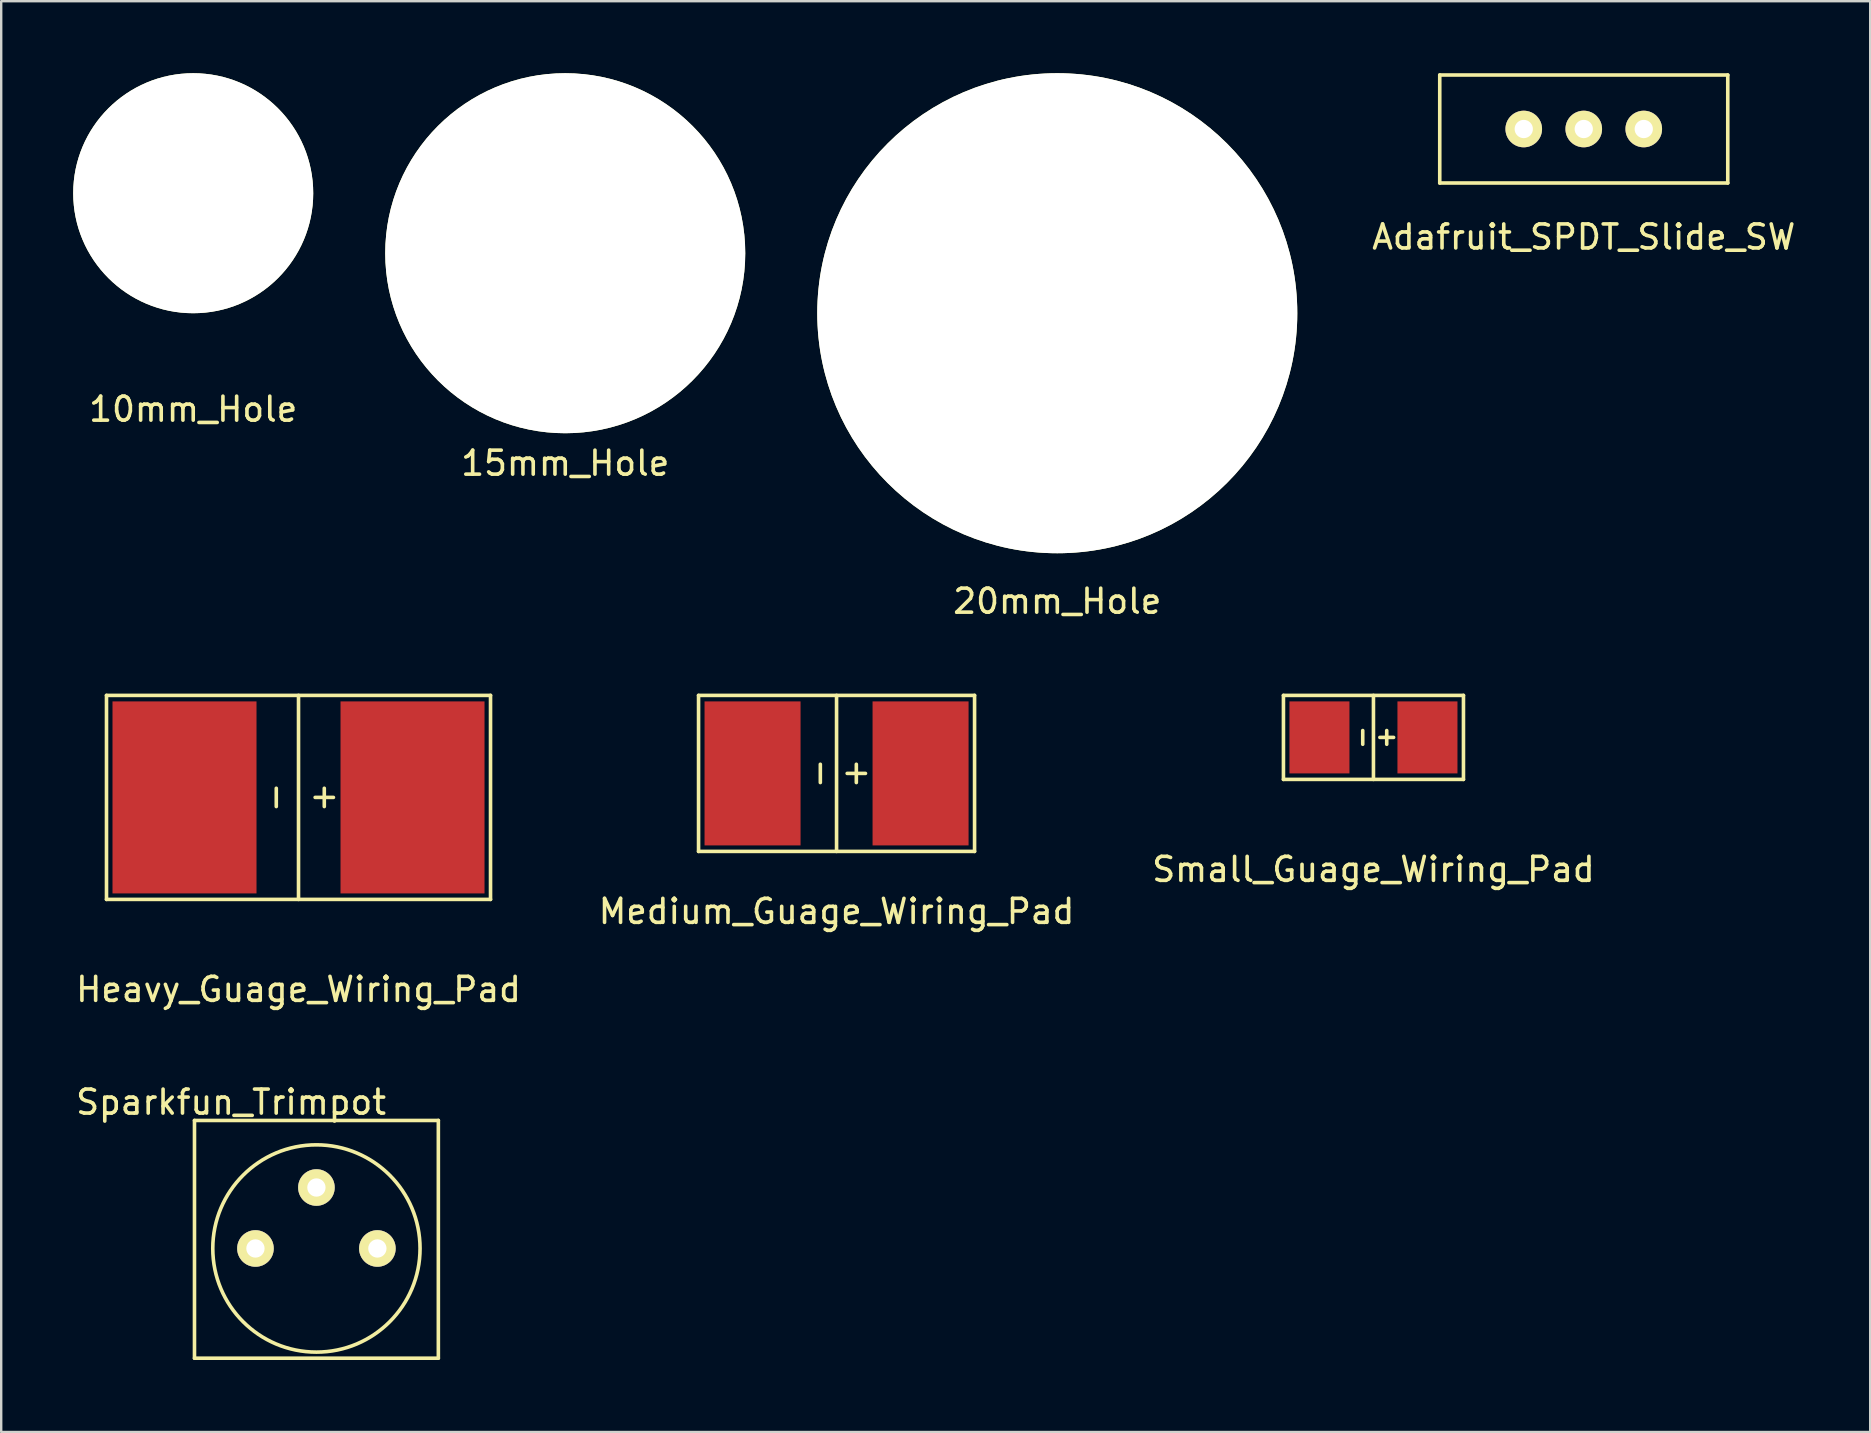
<source format=kicad_pcb>
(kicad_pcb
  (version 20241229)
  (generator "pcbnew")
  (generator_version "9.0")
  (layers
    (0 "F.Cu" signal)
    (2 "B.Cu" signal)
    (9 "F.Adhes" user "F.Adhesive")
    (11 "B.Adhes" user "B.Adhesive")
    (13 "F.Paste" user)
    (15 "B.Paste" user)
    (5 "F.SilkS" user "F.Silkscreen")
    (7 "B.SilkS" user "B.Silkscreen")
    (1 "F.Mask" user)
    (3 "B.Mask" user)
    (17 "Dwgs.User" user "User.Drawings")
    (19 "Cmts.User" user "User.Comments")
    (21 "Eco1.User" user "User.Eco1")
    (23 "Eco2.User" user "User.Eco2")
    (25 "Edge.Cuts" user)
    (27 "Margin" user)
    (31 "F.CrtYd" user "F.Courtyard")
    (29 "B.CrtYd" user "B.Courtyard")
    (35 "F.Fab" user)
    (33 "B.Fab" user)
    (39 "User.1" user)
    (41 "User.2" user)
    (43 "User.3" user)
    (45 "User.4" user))
  (footprint "Heavy_Guage_Wiring_Pad"
    (layer "F.Cu")
    (at 9.387 30.173)
    (property "Reference" "Heavy_Guage_Wiring_Pad" (at 0 8 0) (layer "F.SilkS") (effects (font (size 1 1) (thickness 0.15))))
    (attr through_hole)
    (fp_line (start -8 -4.25) (end 8 -4.25) (stroke (width 0.15) (type solid)) (layer "F.SilkS"))
    (fp_line (start -8 4.25) (end -8 -4.25) (stroke (width 0.15) (type solid)) (layer "F.SilkS"))
    (fp_line (start 0 -4.25) (end 0 4.25) (stroke (width 0.15) (type solid)) (layer "F.SilkS"))
    (fp_line (start 8 -4.25) (end 8 4.25) (stroke (width 0.15) (type solid)) (layer "F.SilkS"))
    (fp_line (start 8 4.25) (end -8 4.25) (stroke (width 0.15) (type solid)) (layer "F.SilkS"))
    (fp_text user "-" (at -1 0 90) (layer "F.SilkS") (effects (font (size 1 1) (thickness 0.15))))
    (fp_text user "+" (at 1 0 90) (layer "F.SilkS") (effects (font (size 1 1) (thickness 0.15))))
    (pad "1" connect rect (at -4.75 0) (size 6 8) (layers "F.Cu" "F.Mask"))
    (pad "2" connect rect (at 4.75 0) (size 6 8) (layers "F.Cu" "F.Mask")))
  (footprint "Small_Guage_Wiring_Pad"
    (layer "F.Cu")
    (at 54.173 27.673)
    (property "Reference" "Small_Guage_Wiring_Pad" (at 0 5.5 0) (layer "F.SilkS") (effects (font (size 1 1) (thickness 0.15))))
    (attr through_hole)
    (fp_line (start -3.75 -1.75) (end -3.75 1.75) (stroke (width 0.15) (type solid)) (layer "F.SilkS"))
    (fp_line (start -3.75 1.75) (end 3.75 1.75) (stroke (width 0.15) (type solid)) (layer "F.SilkS"))
    (fp_line (start 0 1.75) (end 0 -1.75) (stroke (width 0.15) (type solid)) (layer "F.SilkS"))
    (fp_line (start 3.75 -1.75) (end -3.75 -1.75) (stroke (width 0.15) (type solid)) (layer "F.SilkS"))
    (fp_line (start 3.75 1.75) (end 3.75 -1.75) (stroke (width 0.15) (type solid)) (layer "F.SilkS"))
    (fp_text user "-" (at -0.5 0 90) (layer "F.SilkS") (effects (font (size 0.75 0.75) (thickness 0.15))))
    (fp_text user "+" (at 0.5 0 90) (layer "F.SilkS") (effects (font (size 0.75 0.75) (thickness 0.15))))
    (pad "1" connect rect (at -2.25 0) (size 2.5 3) (layers "F.Cu" "F.Mask"))
    (pad "2" connect rect (at 2.25 0) (size 2.5 3) (layers "F.Cu" "F.Mask")))
  (footprint "15mm_Hole"
    (layer "F.Cu")
    (at 20.5 7.5)
    (property "Reference" "15mm_Hole" (at 0 8.75 0) (layer "F.SilkS") (effects (font (size 1 1) (thickness 0.15))))
    (attr through_hole)
    (pad "" np_thru_hole circle (at 0 0) (size 15 15) (drill 15) (layers "*.Cu" "*.Mask" "F.SilkS")))
  (footprint "20mm_Hole"
    (layer "F.Cu")
    (at 41 10)
    (property "Reference" "20mm_Hole" (at 0 12 0) (layer "F.SilkS") (effects (font (size 1 1) (thickness 0.15))))
    (attr through_hole)
    (pad "" np_thru_hole circle (at 0 0) (size 20 20) (drill 20) (layers "*.Cu" "*.Mask" "F.SilkS")))
  (footprint "Adafruit_SPDT_Slide_SW"
    (layer "F.Cu")
    (at 62.935 2.325)
    (property "Reference" "Adafruit_SPDT_Slide_SW" (at 0 4.5 0) (layer "F.SilkS") (effects (font (size 1 1) (thickness 0.15))))
    (attr through_hole)
    (fp_line (start -6 -2.25) (end -6 2.25) (stroke (width 0.15) (type solid)) (layer "F.SilkS"))
    (fp_line (start -6 -2.25) (end 6 -2.25) (stroke (width 0.15) (type solid)) (layer "F.SilkS"))
    (fp_line (start 6 -2.25) (end 6 2.25) (stroke (width 0.15) (type solid)) (layer "F.SilkS"))
    (fp_line (start 6 2.25) (end -6 2.25) (stroke (width 0.15) (type solid)) (layer "F.SilkS"))
    (pad "1" thru_hole circle (at 0 0) (size 1.524 1.524) (drill 0.762) (layers "*.Cu" "*.Mask" "F.SilkS"))
    (pad "2" thru_hole circle (at -2.5 0) (size 1.524 1.524) (drill 0.762) (layers "*.Cu" "*.Mask" "F.SilkS"))
    (pad "3" thru_hole circle (at 2.5 0) (size 1.524 1.524) (drill 0.762) (layers "*.Cu" "*.Mask" "F.SilkS")))
  (footprint "Medium_Guage_Wiring_Pad"
    (layer "F.Cu")
    (at 31.804 29.173)
    (property "Reference" "Medium_Guage_Wiring_Pad" (at 0 5.75 0) (layer "F.SilkS") (effects (font (size 1 1) (thickness 0.15))))
    (attr through_hole)
    (fp_line (start -5.75 -3.25) (end -5.75 3.25) (stroke (width 0.15) (type solid)) (layer "F.SilkS"))
    (fp_line (start -5.75 3.25) (end 5.75 3.25) (stroke (width 0.15) (type solid)) (layer "F.SilkS"))
    (fp_line (start 0 -3.25) (end 0 3.25) (stroke (width 0.15) (type solid)) (layer "F.SilkS"))
    (fp_line (start 5.75 -3.25) (end -5.75 -3.25) (stroke (width 0.15) (type solid)) (layer "F.SilkS"))
    (fp_line (start 5.75 3.25) (end 5.75 -3.25) (stroke (width 0.15) (type solid)) (layer "F.SilkS"))
    (fp_text user "+" (at 0.75 0 90) (layer "F.SilkS") (effects (font (size 1 1) (thickness 0.15))))
    (fp_text user "-" (at -0.75 0 90) (layer "F.SilkS") (effects (font (size 1 1) (thickness 0.15))))
    (pad "1" connect rect (at -3.5 0) (size 4 6) (layers "F.Cu" "F.Mask"))
    (pad "2" connect rect (at 3.5 0) (size 4 6) (layers "F.Cu" "F.Mask")))
  (footprint "Sparkfun_Trimpot"
    (layer "F.Cu")
    (at 10.133 46.426)
    (property "Reference" "Sparkfun_Trimpot" (at -3.556 -3.556 0) (layer "F.SilkS") (effects (font (size 1 1) (thickness 0.15))))
    (attr through_hole)
    (fp_line (start -5.08 7.112) (end -5.08 -2.794) (stroke (width 0.15) (type solid)) (layer "F.SilkS"))
    (fp_line (start -5.08 7.112) (end 5.08 7.112) (stroke (width 0.15) (type solid)) (layer "F.SilkS"))
    (fp_line (start 5.08 -2.794) (end -5.08 -2.794) (stroke (width 0.15) (type solid)) (layer "F.SilkS"))
    (fp_line (start 5.08 7.112) (end 5.08 -2.794) (stroke (width 0.15) (type solid)) (layer "F.SilkS"))
    (fp_circle (center 0 2.54) (end 0 -1.778) (stroke (width 0.15) (type solid)) (fill no) (layer "F.SilkS"))
    (pad "1" thru_hole circle (at 2.54 2.54) (size 1.524 1.524) (drill 0.762) (layers "*.Cu" "*.Mask" "F.SilkS"))
    (pad "2" thru_hole circle (at 0 0) (size 1.524 1.524) (drill 0.762) (layers "*.Cu" "*.Mask" "F.SilkS"))
    (pad "3" thru_hole circle (at -2.54 2.54) (size 1.524 1.524) (drill 0.762) (layers "*.Cu" "*.Mask" "F.SilkS")))
  (footprint "10mm_Hole"
    (layer "F.Cu")
    (at 5 5)
    (property "Reference" "10mm_Hole" (at 0 9 0) (layer "F.SilkS") (effects (font (size 1 1) (thickness 0.15))))
    (attr through_hole)
    (pad "" np_thru_hole circle (at 0 0) (size 10 10) (drill 10) (layers "*.Cu" "*.Mask" "F.SilkS")))
  (gr_rect
    (start -3 -3)
    (end 74.869 56.613)
    (stroke (width 0.1) (type default))
    (fill no)
    (layer "Edge.Cuts")))
</source>
